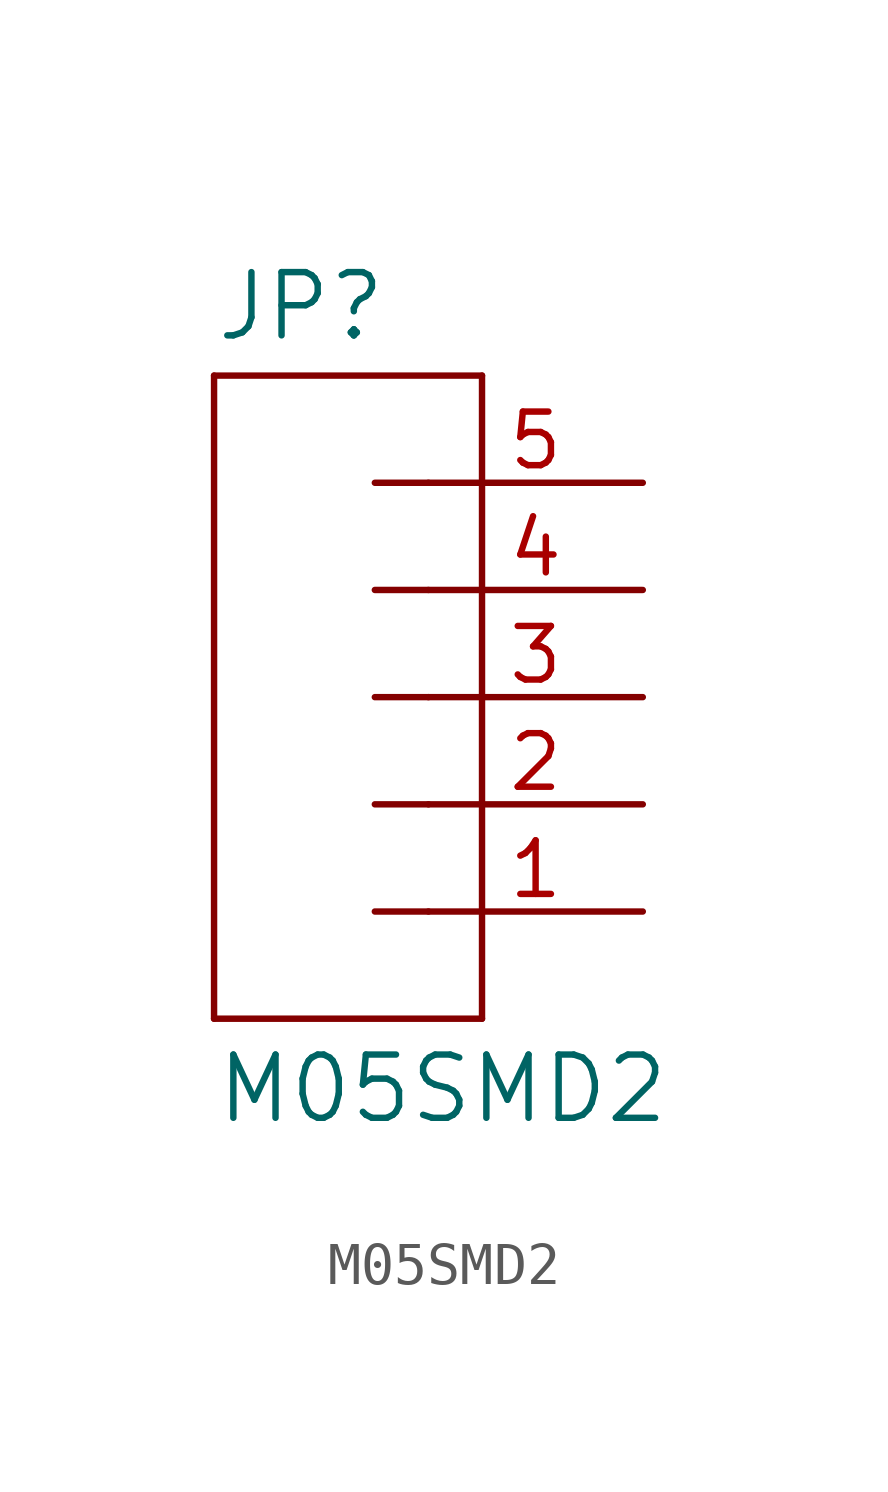
<source format=kicad_sym>
(kicad_symbol_lib
  (version 20211014)
  (generator kicad_symbol_editor)
  (symbol "M05SMD2"
    (pin_names
      (offset 1.016))
    (property "Reference" "JP"
      (at -2.54 8.382 0)
      (effects (font (size 1.499 1.499)) (justify left bottom)))
    (property "Value" "M05SMD2"
      (at -2.54 -10.16 0)
      (effects (font (size 1.499 1.499)) (justify left bottom)))
    (property "ki_locked" ""
      (at 0 0 0)
      (effects (font (size 1.27 1.27))))
    (symbol "M05SMD2_1_0"
      (polyline (pts (xy -2.54 7.62) (xy -2.54 -7.62)) (stroke (width 0) (type default) (color 0 0 0 0)) (fill (type none)))
      (polyline (pts (xy -2.54 7.62) (xy 3.81 7.62)) (stroke (width 0) (type default) (color 0 0 0 0)) (fill (type none)))
      (polyline (pts (xy 1.27 -5.08) (xy 2.54 -5.08)) (stroke (width 0) (type default) (color 0 0 0 0)) (fill (type none)))
      (polyline (pts (xy 1.27 -2.54) (xy 2.54 -2.54)) (stroke (width 0) (type default) (color 0 0 0 0)) (fill (type none)))
      (polyline (pts (xy 1.27 0) (xy 2.54 0)) (stroke (width 0) (type default) (color 0 0 0 0)) (fill (type none)))
      (polyline (pts (xy 1.27 2.54) (xy 2.54 2.54)) (stroke (width 0) (type default) (color 0 0 0 0)) (fill (type none)))
      (polyline (pts (xy 1.27 5.08) (xy 2.54 5.08)) (stroke (width 0) (type default) (color 0 0 0 0)) (fill (type none)))
      (polyline (pts (xy 3.81 -7.62) (xy -2.54 -7.62)) (stroke (width 0) (type default) (color 0 0 0 0)) (fill (type none)))
      (polyline (pts (xy 3.81 -7.62) (xy 3.81 7.62)) (stroke (width 0) (type default) (color 0 0 0 0)) (fill (type none)))
      (pin passive line (at 7.62 -5.08 180) (length 5.08) (name "1" (effects (font (size 0 0)))) (number "1" (effects (font (size 1.27 1.27)))))
      (pin passive line (at 7.62 -2.54 180) (length 5.08) (name "2" (effects (font (size 0 0)))) (number "2" (effects (font (size 1.27 1.27)))))
      (pin passive line (at 7.62 0 180) (length 5.08) (name "3" (effects (font (size 0 0)))) (number "3" (effects (font (size 1.27 1.27)))))
      (pin passive line (at 7.62 2.54 180) (length 5.08) (name "4" (effects (font (size 0 0)))) (number "4" (effects (font (size 1.27 1.27)))))
      (pin passive line (at 7.62 5.08 180) (length 5.08) (name "5" (effects (font (size 0 0)))) (number "5" (effects (font (size 1.27 1.27))))))))
</source>
